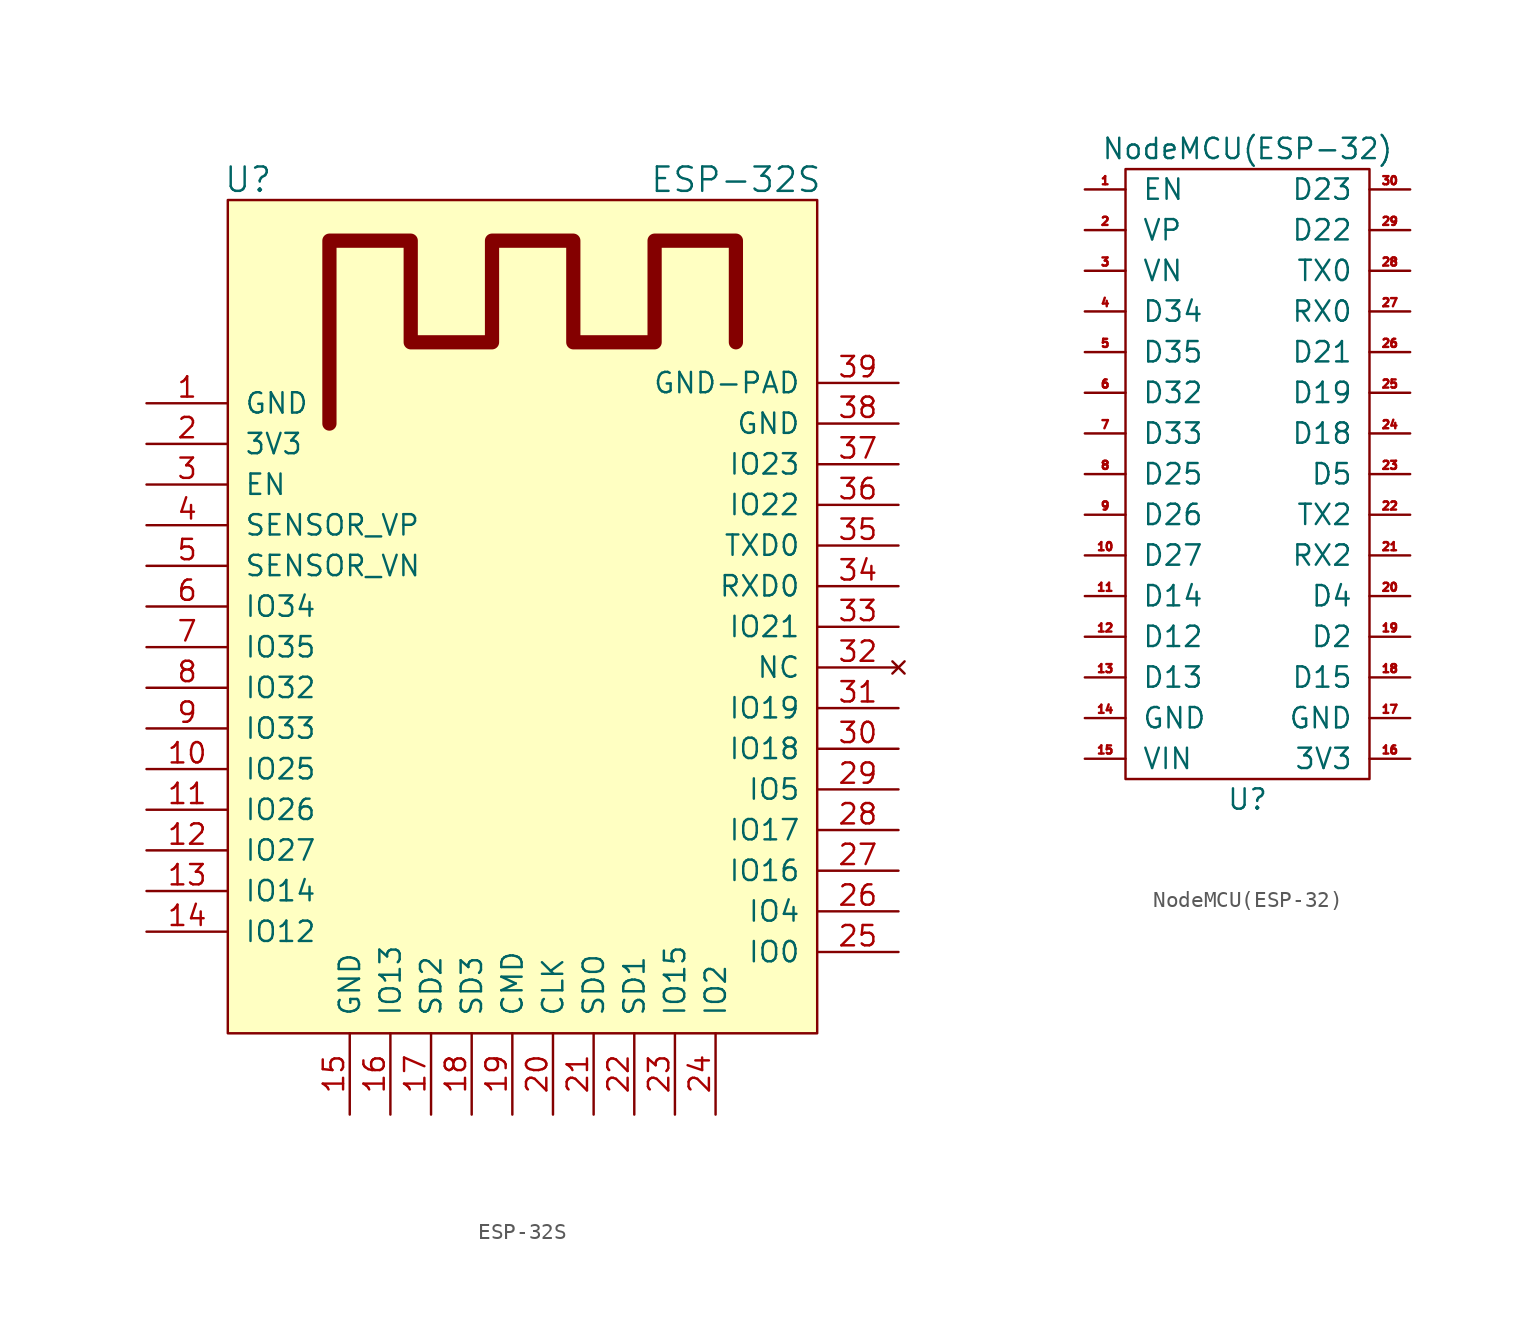
<source format=kicad_sym>
(kicad_symbol_lib
  (version 20211014)
  (generator kicad_symbol_editor)
  (symbol "ESP-32S"
    (pin_names
      (offset 1.016))
    (property "Reference" "U"
      (at -17.78 31.75 0)
      (effects (font (size 1.524 1.524))))
    (property "Value" "ESP-32S"
      (at 12.7 31.75 0)
      (effects (font (size 1.524 1.524))))
    (symbol "ESP-32S_0_1"
      (rectangle (start -19.05 30.48) (end 17.78 -21.59) (stroke (width 0) (type default) (color 0 0 0 0)) (fill (type background)))
      (polyline (pts (xy -12.7 16.51) (xy -12.7 27.94) (xy -7.62 27.94) (xy -7.62 21.59) (xy -2.54 21.59) (xy -2.54 27.94) (xy 2.54 27.94) (xy 2.54 21.59) (xy 7.62 21.59) (xy 7.62 27.94) (xy 12.7 27.94) (xy 12.7 21.59)) (stroke (width 0.889) (type default) (color 0 0 0 0)) (fill (type none))))
    (symbol "ESP-32S_1_1"
      (pin power_out line (at -24.13 17.78 0) (length 5.08) (name "GND" (effects (font (size 1.27 1.27)))) (number "1" (effects (font (size 1.27 1.27)))))
      (pin bidirectional line (at -24.13 -5.08 0) (length 5.08) (name "IO25" (effects (font (size 1.27 1.27)))) (number "10" (effects (font (size 1.27 1.27)))))
      (pin bidirectional line (at -24.13 -7.62 0) (length 5.08) (name "IO26" (effects (font (size 1.27 1.27)))) (number "11" (effects (font (size 1.27 1.27)))))
      (pin bidirectional line (at -24.13 -10.16 0) (length 5.08) (name "IO27" (effects (font (size 1.27 1.27)))) (number "12" (effects (font (size 1.27 1.27)))))
      (pin bidirectional line (at -24.13 -12.7 0) (length 5.08) (name "IO14" (effects (font (size 1.27 1.27)))) (number "13" (effects (font (size 1.27 1.27)))))
      (pin bidirectional line (at -24.13 -15.24 0) (length 5.08) (name "IO12" (effects (font (size 1.27 1.27)))) (number "14" (effects (font (size 1.27 1.27)))))
      (pin power_in line (at -11.43 -26.67 90) (length 5.08) (name "GND" (effects (font (size 1.27 1.27)))) (number "15" (effects (font (size 1.27 1.27)))))
      (pin bidirectional line (at -8.89 -26.67 90) (length 5.08) (name "IO13" (effects (font (size 1.27 1.27)))) (number "16" (effects (font (size 1.27 1.27)))))
      (pin bidirectional line (at -6.35 -26.67 90) (length 5.08) (name "SD2" (effects (font (size 1.27 1.27)))) (number "17" (effects (font (size 1.27 1.27)))))
      (pin bidirectional line (at -3.81 -26.67 90) (length 5.08) (name "SD3" (effects (font (size 1.27 1.27)))) (number "18" (effects (font (size 1.27 1.27)))))
      (pin bidirectional line (at -1.27 -26.67 90) (length 5.08) (name "CMD" (effects (font (size 1.27 1.27)))) (number "19" (effects (font (size 1.27 1.27)))))
      (pin power_in line (at -24.13 15.24 0) (length 5.08) (name "3V3" (effects (font (size 1.27 1.27)))) (number "2" (effects (font (size 1.27 1.27)))))
      (pin input line (at 1.27 -26.67 90) (length 5.08) (name "CLK" (effects (font (size 1.27 1.27)))) (number "20" (effects (font (size 1.27 1.27)))))
      (pin bidirectional line (at 3.81 -26.67 90) (length 5.08) (name "SDO" (effects (font (size 1.27 1.27)))) (number "21" (effects (font (size 1.27 1.27)))))
      (pin bidirectional line (at 6.35 -26.67 90) (length 5.08) (name "SD1" (effects (font (size 1.27 1.27)))) (number "22" (effects (font (size 1.27 1.27)))))
      (pin bidirectional line (at 8.89 -26.67 90) (length 5.08) (name "IO15" (effects (font (size 1.27 1.27)))) (number "23" (effects (font (size 1.27 1.27)))))
      (pin bidirectional line (at 11.43 -26.67 90) (length 5.08) (name "IO2" (effects (font (size 1.27 1.27)))) (number "24" (effects (font (size 1.27 1.27)))))
      (pin bidirectional line (at 22.86 -16.51 180) (length 5.08) (name "IO0" (effects (font (size 1.27 1.27)))) (number "25" (effects (font (size 1.27 1.27)))))
      (pin input line (at 22.86 -13.97 180) (length 5.08) (name "IO4" (effects (font (size 1.27 1.27)))) (number "26" (effects (font (size 1.27 1.27)))))
      (pin bidirectional line (at 22.86 -11.43 180) (length 5.08) (name "IO16" (effects (font (size 1.27 1.27)))) (number "27" (effects (font (size 1.27 1.27)))))
      (pin bidirectional line (at 22.86 -8.89 180) (length 5.08) (name "IO17" (effects (font (size 1.27 1.27)))) (number "28" (effects (font (size 1.27 1.27)))))
      (pin bidirectional line (at 22.86 -6.35 180) (length 5.08) (name "IO5" (effects (font (size 1.27 1.27)))) (number "29" (effects (font (size 1.27 1.27)))))
      (pin input line (at -24.13 12.7 0) (length 5.08) (name "EN" (effects (font (size 1.27 1.27)))) (number "3" (effects (font (size 1.27 1.27)))))
      (pin input line (at 22.86 -3.81 180) (length 5.08) (name "IO18" (effects (font (size 1.27 1.27)))) (number "30" (effects (font (size 1.27 1.27)))))
      (pin bidirectional line (at 22.86 -1.27 180) (length 5.08) (name "IO19" (effects (font (size 1.27 1.27)))) (number "31" (effects (font (size 1.27 1.27)))))
      (pin no_connect line (at 22.86 1.27 180) (length 5.08) (name "NC" (effects (font (size 1.27 1.27)))) (number "32" (effects (font (size 1.27 1.27)))))
      (pin bidirectional line (at 22.86 3.81 180) (length 5.08) (name "IO21" (effects (font (size 1.27 1.27)))) (number "33" (effects (font (size 1.27 1.27)))))
      (pin bidirectional line (at 22.86 6.35 180) (length 5.08) (name "RXD0" (effects (font (size 1.27 1.27)))) (number "34" (effects (font (size 1.27 1.27)))))
      (pin bidirectional line (at 22.86 8.89 180) (length 5.08) (name "TXD0" (effects (font (size 1.27 1.27)))) (number "35" (effects (font (size 1.27 1.27)))))
      (pin bidirectional line (at 22.86 11.43 180) (length 5.08) (name "IO22" (effects (font (size 1.27 1.27)))) (number "36" (effects (font (size 1.27 1.27)))))
      (pin bidirectional line (at 22.86 13.97 180) (length 5.08) (name "IO23" (effects (font (size 1.27 1.27)))) (number "37" (effects (font (size 1.27 1.27)))))
      (pin power_in line (at 22.86 16.51 180) (length 5.08) (name "GND" (effects (font (size 1.27 1.27)))) (number "38" (effects (font (size 1.27 1.27)))))
      (pin power_in line (at 22.86 19.05 180) (length 5.08) (name "GND-PAD" (effects (font (size 1.27 1.27)))) (number "39" (effects (font (size 1.27 1.27)))))
      (pin input line (at -24.13 10.16 0) (length 5.08) (name "SENSOR_VP" (effects (font (size 1.27 1.27)))) (number "4" (effects (font (size 1.27 1.27)))))
      (pin input line (at -24.13 7.62 0) (length 5.08) (name "SENSOR_VN" (effects (font (size 1.27 1.27)))) (number "5" (effects (font (size 1.27 1.27)))))
      (pin bidirectional line (at -24.13 5.08 0) (length 5.08) (name "IO34" (effects (font (size 1.27 1.27)))) (number "6" (effects (font (size 1.27 1.27)))))
      (pin bidirectional line (at -24.13 2.54 0) (length 5.08) (name "IO35" (effects (font (size 1.27 1.27)))) (number "7" (effects (font (size 1.27 1.27)))))
      (pin bidirectional line (at -24.13 0 0) (length 5.08) (name "IO32" (effects (font (size 1.27 1.27)))) (number "8" (effects (font (size 1.27 1.27)))))
      (pin bidirectional line (at -24.13 -2.54 0) (length 5.08) (name "IO33" (effects (font (size 1.27 1.27)))) (number "9" (effects (font (size 1.27 1.27)))))))
  (symbol "NodeMCU(ESP-32)"
    (pin_names
      (offset 1.016))
    (property "Reference" "U"
      (at 0 -20.32 0)
      (effects (font (size 1.27 1.27))))
    (property "Value" "NodeMCU(ESP-32)"
      (at 0 20.32 0)
      (effects (font (size 1.27 1.27))))
    (symbol "NodeMCU(ESP-32)_0_1"
      (rectangle (start -7.62 19.05) (end 7.62 -19.05) (stroke (width 0) (type default) (color 0 0 0 0)) (fill (type none))))
    (symbol "NodeMCU(ESP-32)_1_1"
      (pin input line (at -10.16 17.78 0) (length 2.54) (name "EN" (effects (font (size 1.27 1.27)))) (number "1" (effects (font (size 0.508 0.508)))))
      (pin input line (at -10.16 -5.08 0) (length 2.54) (name "D27" (effects (font (size 1.27 1.27)))) (number "10" (effects (font (size 0.508 0.508)))))
      (pin input line (at -10.16 -7.62 0) (length 2.54) (name "D14" (effects (font (size 1.27 1.27)))) (number "11" (effects (font (size 0.508 0.508)))))
      (pin input line (at -10.16 -10.16 0) (length 2.54) (name "D12" (effects (font (size 1.27 1.27)))) (number "12" (effects (font (size 0.508 0.508)))))
      (pin input line (at -10.16 -12.7 0) (length 2.54) (name "D13" (effects (font (size 1.27 1.27)))) (number "13" (effects (font (size 0.508 0.508)))))
      (pin input line (at -10.16 -15.24 0) (length 2.54) (name "GND" (effects (font (size 1.27 1.27)))) (number "14" (effects (font (size 0.508 0.508)))))
      (pin input line (at -10.16 -17.78 0) (length 2.54) (name "VIN" (effects (font (size 1.27 1.27)))) (number "15" (effects (font (size 0.508 0.508)))))
      (pin input line (at 10.16 -17.78 180) (length 2.54) (name "3V3" (effects (font (size 1.27 1.27)))) (number "16" (effects (font (size 0.508 0.508)))))
      (pin input line (at 10.16 -15.24 180) (length 2.54) (name "GND" (effects (font (size 1.27 1.27)))) (number "17" (effects (font (size 0.508 0.508)))))
      (pin input line (at 10.16 -12.7 180) (length 2.54) (name "D15" (effects (font (size 1.27 1.27)))) (number "18" (effects (font (size 0.508 0.508)))))
      (pin input line (at 10.16 -10.16 180) (length 2.54) (name "D2" (effects (font (size 1.27 1.27)))) (number "19" (effects (font (size 0.508 0.508)))))
      (pin input line (at -10.16 15.24 0) (length 2.54) (name "VP" (effects (font (size 1.27 1.27)))) (number "2" (effects (font (size 0.508 0.508)))))
      (pin input line (at 10.16 -7.62 180) (length 2.54) (name "D4" (effects (font (size 1.27 1.27)))) (number "20" (effects (font (size 0.508 0.508)))))
      (pin input line (at 10.16 -5.08 180) (length 2.54) (name "RX2" (effects (font (size 1.27 1.27)))) (number "21" (effects (font (size 0.508 0.508)))))
      (pin input line (at 10.16 -2.54 180) (length 2.54) (name "TX2" (effects (font (size 1.27 1.27)))) (number "22" (effects (font (size 0.508 0.508)))))
      (pin input line (at 10.16 0 180) (length 2.54) (name "D5" (effects (font (size 1.27 1.27)))) (number "23" (effects (font (size 0.508 0.508)))))
      (pin input line (at 10.16 2.54 180) (length 2.54) (name "D18" (effects (font (size 1.27 1.27)))) (number "24" (effects (font (size 0.508 0.508)))))
      (pin input line (at 10.16 5.08 180) (length 2.54) (name "D19" (effects (font (size 1.27 1.27)))) (number "25" (effects (font (size 0.508 0.508)))))
      (pin input line (at 10.16 7.62 180) (length 2.54) (name "D21" (effects (font (size 1.27 1.27)))) (number "26" (effects (font (size 0.508 0.508)))))
      (pin input line (at 10.16 10.16 180) (length 2.54) (name "RX0" (effects (font (size 1.27 1.27)))) (number "27" (effects (font (size 0.508 0.508)))))
      (pin input line (at 10.16 12.7 180) (length 2.54) (name "TX0" (effects (font (size 1.27 1.27)))) (number "28" (effects (font (size 0.508 0.508)))))
      (pin input line (at 10.16 15.24 180) (length 2.54) (name "D22" (effects (font (size 1.27 1.27)))) (number "29" (effects (font (size 0.508 0.508)))))
      (pin input line (at -10.16 12.7 0) (length 2.54) (name "VN" (effects (font (size 1.27 1.27)))) (number "3" (effects (font (size 0.508 0.508)))))
      (pin input line (at 10.16 17.78 180) (length 2.54) (name "D23" (effects (font (size 1.27 1.27)))) (number "30" (effects (font (size 0.508 0.508)))))
      (pin input line (at -10.16 10.16 0) (length 2.54) (name "D34" (effects (font (size 1.27 1.27)))) (number "4" (effects (font (size 0.508 0.508)))))
      (pin input line (at -10.16 7.62 0) (length 2.54) (name "D35" (effects (font (size 1.27 1.27)))) (number "5" (effects (font (size 0.508 0.508)))))
      (pin input line (at -10.16 5.08 0) (length 2.54) (name "D32" (effects (font (size 1.27 1.27)))) (number "6" (effects (font (size 0.508 0.508)))))
      (pin input line (at -10.16 2.54 0) (length 2.54) (name "D33" (effects (font (size 1.27 1.27)))) (number "7" (effects (font (size 0.508 0.508)))))
      (pin input line (at -10.16 0 0) (length 2.54) (name "D25" (effects (font (size 1.27 1.27)))) (number "8" (effects (font (size 0.508 0.508)))))
      (pin input line (at -10.16 -2.54 0) (length 2.54) (name "D26" (effects (font (size 1.27 1.27)))) (number "9" (effects (font (size 0.508 0.508))))))))
</source>
